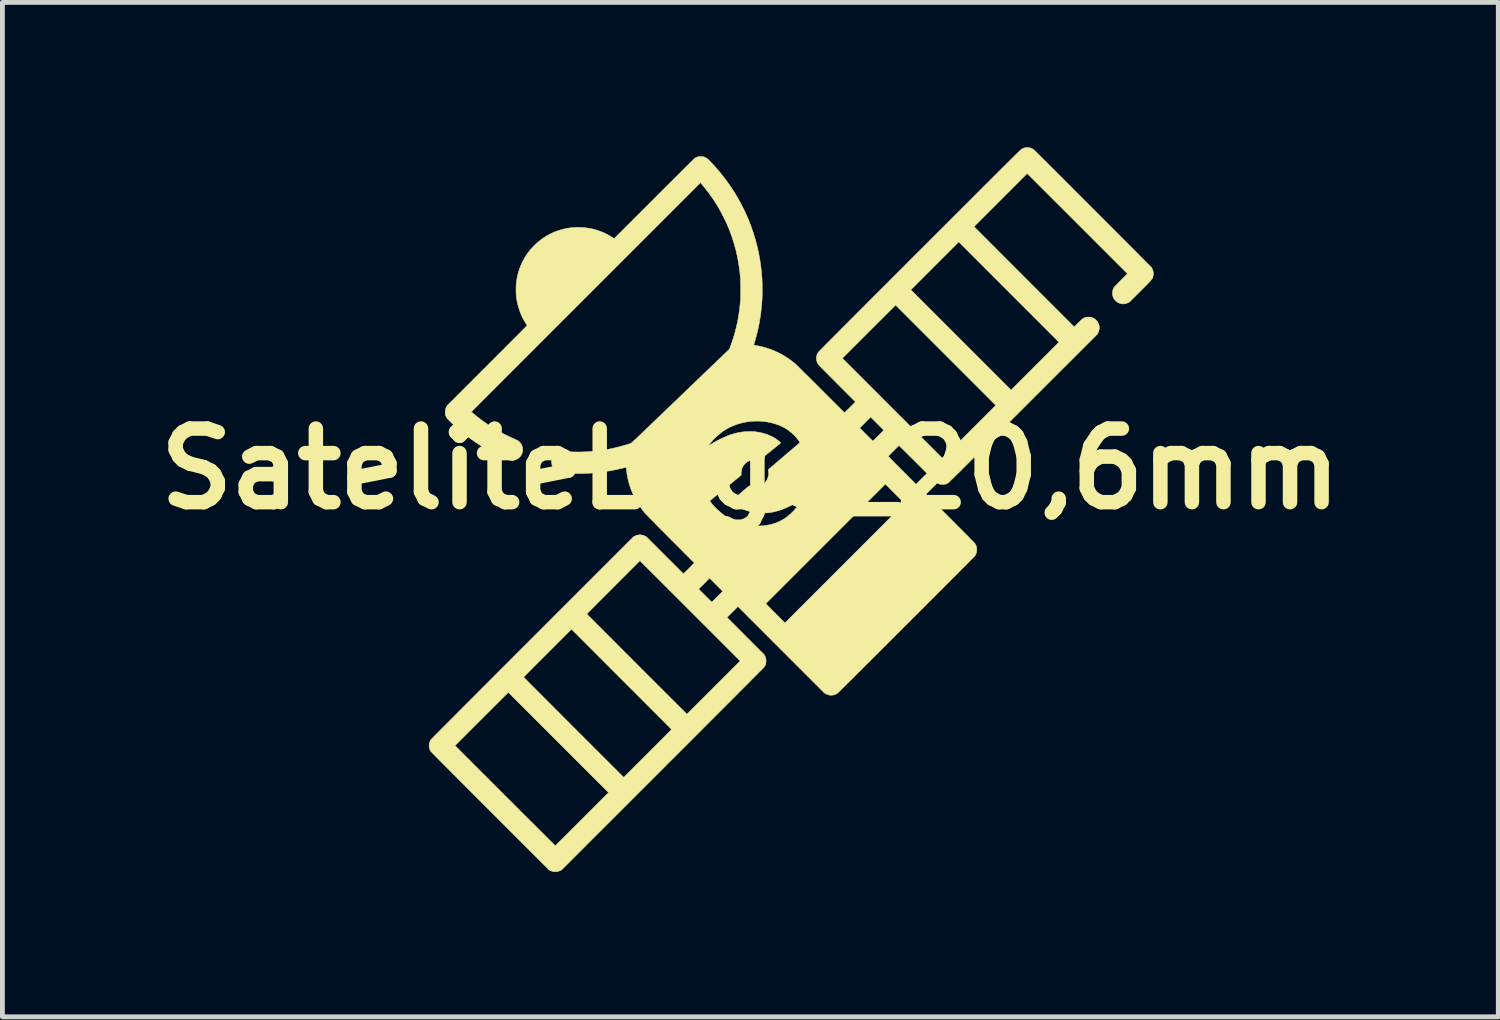
<source format=kicad_pcb>
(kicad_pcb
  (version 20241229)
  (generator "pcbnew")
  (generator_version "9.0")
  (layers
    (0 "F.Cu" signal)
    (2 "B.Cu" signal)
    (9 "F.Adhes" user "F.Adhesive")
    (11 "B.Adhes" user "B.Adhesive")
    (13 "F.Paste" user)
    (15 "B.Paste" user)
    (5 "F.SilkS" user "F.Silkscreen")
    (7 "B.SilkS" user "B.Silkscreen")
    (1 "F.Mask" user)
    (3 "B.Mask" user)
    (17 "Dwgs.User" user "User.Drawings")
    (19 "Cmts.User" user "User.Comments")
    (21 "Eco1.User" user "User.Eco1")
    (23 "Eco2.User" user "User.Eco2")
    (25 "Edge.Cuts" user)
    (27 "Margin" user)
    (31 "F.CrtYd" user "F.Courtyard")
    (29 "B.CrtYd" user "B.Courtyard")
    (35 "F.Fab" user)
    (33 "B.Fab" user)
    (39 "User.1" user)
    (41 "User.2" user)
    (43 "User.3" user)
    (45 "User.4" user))
  (footprint "SateliteLogo_20,6mm"
    (layer "F.Cu")
    (at 12.49 6.66)
    (property "Reference" "SateliteLogo_20,6mm" (at 0 0 0) (layer "F.SilkS") (effects (font (size 1.524 1.524) (thickness 0.3))))
    (attr through_hole)
    (fp_poly (pts (xy 5.772 -6.652) (xy 5.807 -6.642) (xy 5.84 -6.628) (xy 5.872 -6.607) (xy 5.88 -6.6) (xy 5.884 -6.596) (xy 5.893 -6.587) (xy 5.906 -6.575) (xy 5.922 -6.559) (xy 5.943 -6.538) (xy 5.967 -6.514) (xy 5.995 -6.487) (xy 6.025 -6.456) (xy 6.06 -6.422) (xy 6.097 -6.385) (xy 6.137 -6.346) (xy 6.179 -6.303) (xy 6.224 -6.258) (xy 6.272 -6.211) (xy 6.322 -6.161) (xy 6.373 -6.109) (xy 6.427 -6.056) (xy 6.483 -6) (xy 6.54 -5.943) (xy 6.598 -5.885) (xy 6.658 -5.825) (xy 6.718 -5.764) (xy 6.78 -5.702) (xy 6.843 -5.64) (xy 6.906 -5.577) (xy 6.969 -5.513) (xy 7.033 -5.449) (xy 7.097 -5.385) (xy 7.161 -5.321) (xy 7.225 -5.257) (xy 7.289 -5.193) (xy 7.352 -5.13) (xy 7.414 -5.068) (xy 7.476 -5.006) (xy 7.537 -4.945) (xy 7.596 -4.885) (xy 7.654 -4.827) (xy 7.711 -4.77) (xy 7.766 -4.715) (xy 7.82 -4.661) (xy 7.871 -4.609) (xy 7.921 -4.56) (xy 7.968 -4.512) (xy 8.013 -4.467) (xy 8.055 -4.425) (xy 8.094 -4.385) (xy 8.131 -4.348) (xy 8.165 -4.314) (xy 8.195 -4.284) (xy 8.222 -4.256) (xy 8.246 -4.232) (xy 8.266 -4.212) (xy 8.282 -4.196) (xy 8.294 -4.184) (xy 8.302 -4.175) (xy 8.305 -4.171) (xy 8.306 -4.171) (xy 8.325 -4.137) (xy 8.338 -4.102) (xy 8.345 -4.065) (xy 8.346 -4.029) (xy 8.34 -3.992) (xy 8.331 -3.962) (xy 8.329 -3.955) (xy 8.326 -3.948) (xy 8.322 -3.941) (xy 8.318 -3.934) (xy 8.313 -3.926) (xy 8.306 -3.918) (xy 8.298 -3.908) (xy 8.289 -3.897) (xy 8.277 -3.883) (xy 8.262 -3.868) (xy 8.245 -3.851) (xy 8.226 -3.83) (xy 8.203 -3.807) (xy 8.176 -3.78) (xy 8.146 -3.75) (xy 8.112 -3.716) (xy 8.074 -3.678) (xy 8.072 -3.676) (xy 7.85 -3.455) (xy 7.82 -3.441) (xy 7.784 -3.426) (xy 7.748 -3.418) (xy 7.712 -3.416) (xy 7.677 -3.421) (xy 7.641 -3.432) (xy 7.62 -3.441) (xy 7.605 -3.449) (xy 7.593 -3.456) (xy 7.581 -3.465) (xy 7.568 -3.477) (xy 7.565 -3.481) (xy 7.545 -3.502) (xy 7.53 -3.523) (xy 7.519 -3.544) (xy 7.51 -3.565) (xy 7.501 -3.601) (xy 7.498 -3.638) (xy 7.501 -3.675) (xy 7.51 -3.711) (xy 7.525 -3.746) (xy 7.527 -3.75) (xy 7.53 -3.755) (xy 7.534 -3.761) (xy 7.54 -3.768) (xy 7.548 -3.777) (xy 7.558 -3.788) (xy 7.571 -3.802) (xy 7.586 -3.818) (xy 7.605 -3.837) (xy 7.628 -3.86) (xy 7.654 -3.887) (xy 7.674 -3.906) (xy 7.809 -4.042) (xy 6.771 -5.08) (xy 5.732 -6.118) (xy 5.182 -5.567) (xy 4.631 -5.017) (xy 5.669 -3.978) (xy 6.707 -2.94) (xy 6.791 -3.024) (xy 6.813 -3.046) (xy 6.831 -3.063) (xy 6.846 -3.077) (xy 6.858 -3.089) (xy 6.867 -3.097) (xy 6.875 -3.104) (xy 6.882 -3.109) (xy 6.889 -3.113) (xy 6.895 -3.117) (xy 6.902 -3.121) (xy 6.928 -3.132) (xy 6.95 -3.139) (xy 6.973 -3.143) (xy 6.999 -3.144) (xy 7.004 -3.144) (xy 7.031 -3.143) (xy 7.054 -3.14) (xy 7.077 -3.133) (xy 7.101 -3.123) (xy 7.106 -3.12) (xy 7.12 -3.113) (xy 7.132 -3.105) (xy 7.145 -3.094) (xy 7.159 -3.081) (xy 7.16 -3.08) (xy 7.173 -3.066) (xy 7.183 -3.054) (xy 7.192 -3.042) (xy 7.199 -3.028) (xy 7.202 -3.023) (xy 7.217 -2.987) (xy 7.225 -2.951) (xy 7.226 -2.915) (xy 7.222 -2.879) (xy 7.211 -2.843) (xy 7.202 -2.823) (xy 7.188 -2.792) (xy 5.65 -1.255) (xy 5.55 -1.155) (xy 5.454 -1.059) (xy 5.363 -0.968) (xy 5.275 -0.88) (xy 5.192 -0.797) (xy 5.113 -0.718) (xy 5.037 -0.642) (xy 4.966 -0.571) (xy 4.898 -0.503) (xy 4.833 -0.439) (xy 4.773 -0.378) (xy 4.715 -0.321) (xy 4.661 -0.267) (xy 4.61 -0.216) (xy 4.562 -0.168) (xy 4.518 -0.123) (xy 4.476 -0.082) (xy 4.437 -0.043) (xy 4.4 -0.007) (xy 4.367 0.027) (xy 4.336 0.058) (xy 4.307 0.086) (xy 4.28 0.112) (xy 4.256 0.136) (xy 4.234 0.158) (xy 4.214 0.178) (xy 4.196 0.196) (xy 4.18 0.211) (xy 4.165 0.226) (xy 4.152 0.238) (xy 4.141 0.249) (xy 4.131 0.259) (xy 4.123 0.267) (xy 4.115 0.274) (xy 4.109 0.279) (xy 4.104 0.284) (xy 4.1 0.287) (xy 4.097 0.29) (xy 4.094 0.292) (xy 4.092 0.293) (xy 4.092 0.294) (xy 4.077 0.301) (xy 4.06 0.308) (xy 4.045 0.314) (xy 4.034 0.317) (xy 4.024 0.32) (xy 4.013 0.321) (xy 4 0.322) (xy 3.982 0.322) (xy 3.98 0.322) (xy 3.961 0.322) (xy 3.948 0.321) (xy 3.936 0.32) (xy 3.926 0.317) (xy 3.914 0.314) (xy 3.913 0.313) (xy 3.907 0.311) (xy 3.901 0.309) (xy 3.895 0.307) (xy 3.89 0.305) (xy 3.885 0.303) (xy 3.879 0.299) (xy 3.872 0.295) (xy 3.865 0.29) (xy 3.857 0.284) (xy 3.848 0.276) (xy 3.837 0.267) (xy 3.824 0.255) (xy 3.81 0.242) (xy 3.793 0.226) (xy 3.775 0.208) (xy 3.753 0.187) (xy 3.73 0.164) (xy 3.703 0.137) (xy 3.672 0.107) (xy 3.639 0.074) (xy 3.602 0.037) (xy 3.561 -0.004) (xy 3.516 -0.049) (xy 3.466 -0.098) (xy 3.464 -0.101) (xy 3.423 -0.142) (xy 3.383 -0.182) (xy 3.344 -0.22) (xy 3.307 -0.257) (xy 3.272 -0.291) (xy 3.24 -0.324) (xy 3.209 -0.354) (xy 3.181 -0.382) (xy 3.156 -0.407) (xy 3.134 -0.428) (xy 3.115 -0.447) (xy 3.1 -0.461) (xy 3.089 -0.473) (xy 3.081 -0.48) (xy 3.078 -0.483) (xy 3.078 -0.483) (xy 3.075 -0.48) (xy 3.068 -0.474) (xy 3.058 -0.465) (xy 3.045 -0.452) (xy 3.03 -0.437) (xy 3.013 -0.42) (xy 2.994 -0.402) (xy 2.975 -0.382) (xy 2.955 -0.363) (xy 2.936 -0.344) (xy 2.918 -0.325) (xy 2.901 -0.308) (xy 2.886 -0.292) (xy 2.873 -0.279) (xy 2.863 -0.269) (xy 2.857 -0.262) (xy 2.854 -0.259) (xy 2.854 -0.259) (xy 2.857 -0.256) (xy 2.863 -0.25) (xy 2.874 -0.239) (xy 2.889 -0.224) (xy 2.907 -0.205) (xy 2.93 -0.182) (xy 2.956 -0.156) (xy 2.985 -0.126) (xy 3.018 -0.093) (xy 3.054 -0.057) (xy 3.093 -0.018) (xy 3.134 0.023) (xy 3.179 0.068) (xy 3.226 0.115) (xy 3.275 0.164) (xy 3.326 0.216) (xy 3.38 0.27) (xy 3.435 0.325) (xy 3.493 0.383) (xy 3.552 0.441) (xy 3.612 0.502) (xy 3.674 0.564) (xy 3.737 0.626) (xy 3.747 0.637) (xy 3.826 0.716) (xy 3.901 0.791) (xy 3.971 0.861) (xy 4.038 0.927) (xy 4.1 0.99) (xy 4.158 1.048) (xy 4.213 1.103) (xy 4.263 1.153) (xy 4.31 1.201) (xy 4.354 1.244) (xy 4.394 1.285) (xy 4.431 1.322) (xy 4.464 1.355) (xy 4.495 1.386) (xy 4.522 1.414) (xy 4.546 1.438) (xy 4.568 1.461) (xy 4.587 1.48) (xy 4.603 1.497) (xy 4.617 1.511) (xy 4.629 1.523) (xy 4.638 1.533) (xy 4.645 1.541) (xy 4.651 1.547) (xy 4.654 1.551) (xy 4.655 1.552) (xy 4.669 1.577) (xy 4.679 1.602) (xy 4.686 1.63) (xy 4.689 1.661) (xy 4.688 1.698) (xy 4.682 1.731) (xy 4.672 1.762) (xy 4.656 1.792) (xy 4.644 1.808) (xy 4.641 1.811) (xy 4.634 1.819) (xy 4.622 1.831) (xy 4.606 1.847) (xy 4.586 1.867) (xy 4.563 1.891) (xy 4.535 1.919) (xy 4.504 1.95) (xy 4.469 1.985) (xy 4.431 2.023) (xy 4.39 2.064) (xy 4.346 2.109) (xy 4.298 2.157) (xy 4.248 2.207) (xy 4.195 2.261) (xy 4.139 2.316) (xy 4.08 2.375) (xy 4.02 2.436) (xy 3.957 2.499) (xy 3.891 2.564) (xy 3.824 2.632) (xy 3.755 2.701) (xy 3.684 2.772) (xy 3.611 2.845) (xy 3.536 2.92) (xy 3.461 2.995) (xy 3.383 3.072) (xy 3.305 3.151) (xy 3.226 3.23) (xy 3.22 3.235) (xy 3.12 3.335) (xy 3.025 3.431) (xy 2.933 3.522) (xy 2.846 3.609) (xy 2.763 3.692) (xy 2.685 3.771) (xy 2.61 3.845) (xy 2.539 3.916) (xy 2.472 3.983) (xy 2.408 4.046) (xy 2.349 4.106) (xy 2.292 4.162) (xy 2.24 4.214) (xy 2.19 4.264) (xy 2.145 4.309) (xy 2.102 4.352) (xy 2.062 4.391) (xy 2.026 4.427) (xy 1.993 4.46) (xy 1.962 4.49) (xy 1.934 4.518) (xy 1.909 4.542) (xy 1.887 4.564) (xy 1.867 4.584) (xy 1.85 4.6) (xy 1.835 4.615) (xy 1.823 4.627) (xy 1.813 4.636) (xy 1.805 4.644) (xy 1.799 4.649) (xy 1.795 4.653) (xy 1.793 4.654) (xy 1.757 4.672) (xy 1.721 4.683) (xy 1.685 4.688) (xy 1.648 4.687) (xy 1.62 4.681) (xy 1.609 4.678) (xy 1.595 4.672) (xy 1.579 4.666) (xy 1.572 4.662) (xy 1.541 4.648) (xy -0.257 2.85) (xy -0.371 2.963) (xy -0.484 3.077) (xy 0.288 3.85) (xy 0.301 3.877) (xy 0.312 3.902) (xy 0.319 3.925) (xy 0.323 3.948) (xy 0.325 3.974) (xy 0.325 3.978) (xy 0.322 4.015) (xy 0.315 4.048) (xy 0.302 4.079) (xy 0.284 4.106) (xy 0.282 4.11) (xy 0.274 4.117) (xy 0.263 4.129) (xy 0.247 4.145) (xy 0.227 4.165) (xy 0.203 4.189) (xy 0.175 4.217) (xy 0.144 4.249) (xy 0.109 4.284) (xy 0.07 4.323) (xy 0.027 4.366) (xy -0.018 4.412) (xy -0.067 4.461) (xy -0.119 4.513) (xy -0.175 4.569) (xy -0.233 4.627) (xy -0.294 4.689) (xy -0.358 4.753) (xy -0.425 4.82) (xy -0.494 4.889) (xy -0.566 4.961) (xy -0.641 5.036) (xy -0.717 5.112) (xy -0.796 5.191) (xy -0.877 5.272) (xy -0.96 5.355) (xy -1.044 5.44) (xy -1.131 5.527) (xy -1.219 5.615) (xy -1.309 5.705) (xy -1.4 5.796) (xy -1.493 5.889) (xy -1.587 5.983) (xy -1.683 6.078) (xy -1.779 6.175) (xy -1.82 6.216) (xy -3.91 8.305) (xy -3.94 8.32) (xy -3.977 8.334) (xy -4.013 8.342) (xy -4.05 8.343) (xy -4.088 8.339) (xy -4.088 8.339) (xy -4.101 8.335) (xy -4.117 8.33) (xy -4.133 8.323) (xy -4.14 8.32) (xy -4.17 8.305) (xy -5.391 7.084) (xy -5.485 6.991) (xy -5.573 6.902) (xy -5.658 6.817) (xy -5.738 6.737) (xy -5.814 6.661) (xy -5.886 6.588) (xy -5.954 6.52) (xy -6.019 6.456) (xy -6.079 6.395) (xy -6.136 6.338) (xy -6.189 6.285) (xy -6.238 6.235) (xy -6.284 6.189) (xy -6.327 6.146) (xy -6.367 6.107) (xy -6.403 6.07) (xy -6.436 6.037) (xy -6.466 6.006) (xy -6.493 5.979) (xy -6.517 5.954) (xy -6.539 5.932) (xy -6.558 5.913) (xy -6.574 5.896) (xy -6.588 5.882) (xy -6.599 5.87) (xy -6.608 5.861) (xy -6.615 5.854) (xy -6.62 5.848) (xy -6.622 5.845) (xy -6.623 5.845) (xy -6.638 5.811) (xy -6.648 5.776) (xy -6.653 5.74) (xy -6.652 5.731) (xy -6.117 5.731) (xy -5.08 6.768) (xy -5.012 6.836) (xy -4.945 6.902) (xy -4.88 6.968) (xy -4.815 7.032) (xy -4.753 7.095) (xy -4.692 7.156) (xy -4.633 7.215) (xy -4.575 7.272) (xy -4.52 7.327) (xy -4.467 7.379) (xy -4.417 7.43) (xy -4.369 7.478) (xy -4.324 7.523) (xy -4.281 7.565) (xy -4.242 7.604) (xy -4.206 7.641) (xy -4.172 7.674) (xy -4.143 7.703) (xy -4.116 7.729) (xy -4.094 7.752) (xy -4.075 7.77) (xy -4.06 7.785) (xy -4.049 7.796) (xy -4.042 7.802) (xy -4.04 7.804) (xy -4.038 7.802) (xy -4.031 7.795) (xy -4.02 7.785) (xy -4.005 7.77) (xy -3.987 7.752) (xy -3.965 7.73) (xy -3.939 7.705) (xy -3.911 7.677) (xy -3.879 7.646) (xy -3.845 7.612) (xy -3.808 7.575) (xy -3.769 7.536) (xy -3.728 7.495) (xy -3.685 7.452) (xy -3.64 7.407) (xy -3.593 7.36) (xy -3.545 7.312) (xy -3.496 7.263) (xy -3.487 7.254) (xy -2.937 6.704) (xy -3.975 5.666) (xy -5.013 4.628) (xy -5.565 5.179) (xy -6.117 5.731) (xy -6.652 5.731) (xy -6.651 5.704) (xy -6.644 5.668) (xy -6.631 5.634) (xy -6.623 5.617) (xy -6.621 5.615) (xy -6.617 5.611) (xy -6.612 5.605) (xy -6.604 5.597) (xy -6.594 5.587) (xy -6.582 5.574) (xy -6.568 5.559) (xy -6.551 5.542) (xy -6.531 5.522) (xy -6.51 5.5) (xy -6.485 5.476) (xy -6.458 5.448) (xy -6.428 5.418) (xy -6.396 5.385) (xy -6.36 5.35) (xy -6.322 5.311) (xy -6.281 5.27) (xy -6.236 5.225) (xy -6.189 5.178) (xy -6.138 5.127) (xy -6.084 5.073) (xy -6.027 5.015) (xy -5.967 4.955) (xy -5.903 4.89) (xy -5.835 4.823) (xy -5.764 4.752) (xy -5.689 4.677) (xy -5.611 4.598) (xy -5.529 4.516) (xy -5.443 4.43) (xy -5.353 4.34) (xy -5.326 4.313) (xy -4.696 4.313) (xy -4.694 4.316) (xy -4.687 4.322) (xy -4.676 4.333) (xy -4.662 4.348) (xy -4.643 4.367) (xy -4.621 4.389) (xy -4.596 4.415) (xy -4.567 4.444) (xy -4.535 4.476) (xy -4.5 4.511) (xy -4.462 4.549) (xy -4.422 4.589) (xy -4.379 4.632) (xy -4.334 4.677) (xy -4.287 4.725) (xy -4.237 4.774) (xy -4.187 4.825) (xy -4.134 4.878) (xy -4.08 4.931) (xy -4.025 4.987) (xy -3.969 5.043) (xy -3.912 5.1) (xy -3.854 5.158) (xy -3.796 5.217) (xy -3.737 5.275) (xy -3.678 5.335) (xy -3.619 5.394) (xy -3.56 5.453) (xy -3.501 5.511) (xy -3.443 5.57) (xy -3.385 5.627) (xy -3.328 5.684) (xy -3.273 5.74) (xy -3.218 5.795) (xy -3.164 5.848) (xy -3.113 5.9) (xy -3.062 5.95) (xy -3.014 5.998) (xy -2.968 6.045) (xy -2.923 6.089) (xy -2.881 6.131) (xy -2.842 6.17) (xy -2.805 6.207) (xy -2.771 6.24) (xy -2.741 6.271) (xy -2.713 6.299) (xy -2.689 6.323) (xy -2.668 6.344) (xy -2.651 6.361) (xy -2.638 6.374) (xy -2.628 6.383) (xy -2.623 6.387) (xy -2.623 6.388) (xy -2.62 6.386) (xy -2.614 6.379) (xy -2.603 6.369) (xy -2.588 6.354) (xy -2.57 6.336) (xy -2.548 6.315) (xy -2.523 6.29) (xy -2.495 6.262) (xy -2.464 6.231) (xy -2.43 6.197) (xy -2.394 6.161) (xy -2.356 6.123) (xy -2.316 6.083) (xy -2.274 6.041) (xy -2.23 5.997) (xy -2.184 5.951) (xy -2.138 5.905) (xy -2.126 5.894) (xy -2.08 5.847) (xy -2.034 5.801) (xy -1.99 5.757) (xy -1.947 5.714) (xy -1.906 5.673) (xy -1.868 5.634) (xy -1.831 5.598) (xy -1.797 5.563) (xy -1.766 5.532) (xy -1.737 5.503) (xy -1.711 5.477) (xy -1.689 5.454) (xy -1.67 5.435) (xy -1.654 5.419) (xy -1.643 5.407) (xy -1.635 5.4) (xy -1.632 5.396) (xy -1.632 5.396) (xy -1.634 5.393) (xy -1.641 5.387) (xy -1.652 5.376) (xy -1.666 5.361) (xy -1.685 5.342) (xy -1.708 5.319) (xy -1.734 5.292) (xy -1.764 5.263) (xy -1.797 5.229) (xy -1.833 5.193) (xy -1.873 5.153) (xy -1.915 5.111) (xy -1.96 5.065) (xy -2.008 5.017) (xy -2.059 4.967) (xy -2.111 4.914) (xy -2.166 4.859) (xy -2.224 4.801) (xy -2.283 4.742) (xy -2.344 4.681) (xy -2.406 4.618) (xy -2.471 4.554) (xy -2.536 4.489) (xy -2.603 4.422) (xy -2.669 4.356) (xy -3.705 3.319) (xy -4.201 3.815) (xy -4.247 3.862) (xy -4.293 3.907) (xy -4.337 3.952) (xy -4.38 3.994) (xy -4.421 4.035) (xy -4.459 4.074) (xy -4.496 4.111) (xy -4.53 4.145) (xy -4.562 4.177) (xy -4.591 4.206) (xy -4.616 4.232) (xy -4.639 4.255) (xy -4.658 4.274) (xy -4.673 4.29) (xy -4.685 4.302) (xy -4.692 4.309) (xy -4.696 4.313) (xy -4.696 4.313) (xy -5.326 4.313) (xy -5.259 4.246) (xy -5.161 4.147) (xy -5.058 4.045) (xy -4.952 3.939) (xy -4.842 3.828) (xy -4.727 3.713) (xy -4.608 3.594) (xy -4.515 3.502) (xy -4.019 3.005) (xy -3.388 3.005) (xy -3.386 3.008) (xy -3.379 3.014) (xy -3.368 3.025) (xy -3.354 3.04) (xy -3.335 3.059) (xy -3.313 3.081) (xy -3.287 3.107) (xy -3.259 3.136) (xy -3.227 3.168) (xy -3.192 3.203) (xy -3.154 3.241) (xy -3.113 3.281) (xy -3.071 3.324) (xy -3.026 3.369) (xy -2.978 3.417) (xy -2.929 3.466) (xy -2.878 3.517) (xy -2.826 3.569) (xy -2.772 3.623) (xy -2.717 3.679) (xy -2.661 3.735) (xy -2.604 3.792) (xy -2.546 3.85) (xy -2.487 3.908) (xy -2.429 3.967) (xy -2.37 4.026) (xy -2.31 4.086) (xy -2.252 4.145) (xy -2.193 4.203) (xy -2.135 4.262) (xy -2.077 4.319) (xy -2.02 4.376) (xy -1.964 4.432) (xy -1.91 4.486) (xy -1.856 4.54) (xy -1.804 4.592) (xy -1.754 4.642) (xy -1.706 4.69) (xy -1.659 4.737) (xy -1.615 4.781) (xy -1.573 4.823) (xy -1.534 4.862) (xy -1.497 4.899) (xy -1.463 4.932) (xy -1.432 4.963) (xy -1.405 4.991) (xy -1.38 5.015) (xy -1.36 5.035) (xy -1.343 5.052) (xy -1.329 5.065) (xy -1.32 5.074) (xy -1.315 5.079) (xy -1.314 5.08) (xy -1.312 5.078) (xy -1.305 5.071) (xy -1.295 5.061) (xy -1.28 5.046) (xy -1.262 5.028) (xy -1.24 5.006) (xy -1.214 4.981) (xy -1.186 4.953) (xy -1.155 4.921) (xy -1.121 4.887) (xy -1.084 4.851) (xy -1.045 4.812) (xy -1.004 4.771) (xy -0.961 4.728) (xy -0.916 4.683) (xy -0.869 4.636) (xy -0.821 4.588) (xy -0.772 4.539) (xy -0.762 4.529) (xy -0.211 3.978) (xy -1.249 2.94) (xy -1.397 2.792) (xy 0.318 2.792) (xy 0.517 2.992) (xy 0.716 3.191) (xy 1.955 1.952) (xy 3.194 0.713) (xy 2.995 0.514) (xy 2.796 0.314) (xy 1.557 1.553) (xy 0.318 2.792) (xy -1.397 2.792) (xy -1.7 2.489) (xy -1.072 2.489) (xy -0.937 2.624) (xy -0.912 2.648) (xy -0.889 2.671) (xy -0.868 2.692) (xy -0.849 2.711) (xy -0.832 2.727) (xy -0.819 2.741) (xy -0.808 2.751) (xy -0.801 2.757) (xy -0.799 2.759) (xy -0.796 2.757) (xy -0.789 2.751) (xy -0.778 2.741) (xy -0.765 2.728) (xy -0.749 2.712) (xy -0.73 2.693) (xy -0.709 2.673) (xy -0.688 2.651) (xy -0.683 2.647) (xy -0.572 2.535) (xy -0.708 2.399) (xy -0.845 2.262) (xy -0.958 2.376) (xy -1.072 2.489) (xy -1.7 2.489) (xy -2.288 1.902) (xy -2.838 2.452) (xy -2.887 2.501) (xy -2.935 2.55) (xy -2.982 2.596) (xy -3.027 2.642) (xy -3.071 2.685) (xy -3.112 2.727) (xy -3.152 2.766) (xy -3.189 2.804) (xy -3.223 2.838) (xy -3.255 2.87) (xy -3.284 2.899) (xy -3.309 2.925) (xy -3.332 2.948) (xy -3.351 2.967) (xy -3.366 2.983) (xy -3.377 2.994) (xy -3.385 3.002) (xy -3.388 3.005) (xy -3.388 3.005) (xy -4.019 3.005) (xy -2.418 1.404) (xy -2.388 1.389) (xy -2.351 1.375) (xy -2.315 1.367) (xy -2.279 1.365) (xy -2.243 1.37) (xy -2.207 1.381) (xy -2.188 1.389) (xy -2.157 1.404) (xy -1.773 1.788) (xy -1.732 1.829) (xy -1.692 1.869) (xy -1.653 1.907) (xy -1.616 1.944) (xy -1.581 1.979) (xy -1.548 2.012) (xy -1.518 2.042) (xy -1.49 2.07) (xy -1.465 2.095) (xy -1.443 2.117) (xy -1.424 2.135) (xy -1.409 2.15) (xy -1.397 2.161) (xy -1.389 2.169) (xy -1.386 2.172) (xy -1.386 2.172) (xy -1.383 2.17) (xy -1.376 2.163) (xy -1.366 2.154) (xy -1.353 2.141) (xy -1.338 2.126) (xy -1.32 2.109) (xy -1.302 2.091) (xy -1.283 2.072) (xy -1.263 2.052) (xy -1.244 2.033) (xy -1.226 2.014) (xy -1.209 1.997) (xy -1.193 1.982) (xy -1.181 1.968) (xy -1.171 1.958) (xy -1.164 1.951) (xy -1.162 1.948) (xy -1.162 1.948) (xy -1.164 1.945) (xy -1.171 1.939) (xy -1.181 1.928) (xy -1.196 1.913) (xy -1.214 1.895) (xy -1.236 1.873) (xy -1.26 1.848) (xy -1.288 1.819) (xy -1.319 1.788) (xy -1.353 1.755) (xy -1.389 1.718) (xy -1.427 1.68) (xy -1.467 1.64) (xy -1.509 1.597) (xy -1.553 1.553) (xy -1.598 1.508) (xy -1.645 1.462) (xy -1.654 1.453) (xy -1.706 1.4) (xy -1.756 1.35) (xy -1.804 1.301) (xy -1.851 1.255) (xy -1.895 1.211) (xy -1.936 1.169) (xy -1.975 1.129) (xy -2.011 1.093) (xy -2.044 1.059) (xy -2.074 1.029) (xy -2.101 1.002) (xy -2.124 0.978) (xy -2.143 0.958) (xy -2.159 0.942) (xy -2.17 0.93) (xy -2.177 0.923) (xy -2.178 0.921) (xy -2.243 0.84) (xy -2.302 0.755) (xy -2.356 0.669) (xy -2.404 0.579) (xy -2.446 0.488) (xy -2.482 0.395) (xy -2.513 0.3) (xy -2.537 0.203) (xy -2.555 0.104) (xy -2.564 0.038) (xy -2.566 0.021) (xy -2.568 0.004) (xy -2.569 -0.01) (xy -2.57 -0.019) (xy -2.57 -0.021) (xy -2.572 -0.033) (xy -2.638 -0.017) (xy -2.768 0.013) (xy -2.899 0.039) (xy -3.032 0.059) (xy -3.166 0.076) (xy -3.304 0.088) (xy -3.372 0.092) (xy -3.406 0.094) (xy -3.444 0.095) (xy -3.484 0.096) (xy -3.526 0.096) (xy -3.569 0.096) (xy -3.613 0.096) (xy -3.657 0.095) (xy -3.701 0.094) (xy -3.743 0.092) (xy -3.784 0.09) (xy -3.822 0.088) (xy -3.856 0.086) (xy -3.888 0.083) (xy -3.914 0.081) (xy -3.936 0.078) (xy -3.951 0.075) (xy -3.951 0.075) (xy -3.963 0.071) (xy -3.978 0.065) (xy -3.993 0.059) (xy -3.997 0.057) (xy -4.022 0.041) (xy -4.047 0.021) (xy -4.068 -0.002) (xy -4.086 -0.027) (xy -4.092 -0.037) (xy -4.106 -0.071) (xy -4.115 -0.106) (xy -4.117 -0.141) (xy -4.115 -0.176) (xy -4.107 -0.209) (xy -4.094 -0.241) (xy -4.076 -0.271) (xy -4.054 -0.297) (xy -4.027 -0.32) (xy -3.997 -0.339) (xy -3.972 -0.349) (xy -3.952 -0.356) (xy -3.932 -0.36) (xy -3.911 -0.362) (xy -3.887 -0.363) (xy -3.859 -0.361) (xy -3.845 -0.36) (xy -3.747 -0.354) (xy -3.645 -0.35) (xy -3.541 -0.349) (xy -3.437 -0.352) (xy -3.334 -0.357) (xy -3.235 -0.365) (xy -3.2 -0.368) (xy -3.083 -0.383) (xy -2.969 -0.401) (xy -2.857 -0.423) (xy -2.744 -0.45) (xy -2.74 -0.451) (xy -2.701 -0.461) (xy -2.662 -0.472) (xy -2.629 -0.481) (xy -0.865 -0.481) (xy -0.864 -0.479) (xy -0.861 -0.481) (xy -0.853 -0.486) (xy -0.842 -0.492) (xy -0.829 -0.501) (xy -0.828 -0.501) (xy -0.776 -0.534) (xy -0.718 -0.567) (xy -0.655 -0.601) (xy -0.638 -0.609) (xy -0.57 -0.642) (xy -0.505 -0.671) (xy -0.443 -0.696) (xy -0.382 -0.716) (xy -0.321 -0.734) (xy -0.26 -0.748) (xy -0.198 -0.76) (xy -0.143 -0.767) (xy -0.118 -0.77) (xy -0.089 -0.771) (xy -0.057 -0.772) (xy -0.023 -0.773) (xy 0.011 -0.773) (xy 0.044 -0.772) (xy 0.074 -0.771) (xy 0.101 -0.769) (xy 0.116 -0.767) (xy 0.187 -0.755) (xy 0.257 -0.74) (xy 0.324 -0.72) (xy 0.387 -0.696) (xy 0.447 -0.669) (xy 0.502 -0.638) (xy 0.551 -0.605) (xy 0.564 -0.595) (xy 0.579 -0.584) (xy 0.593 -0.572) (xy 0.606 -0.562) (xy 0.616 -0.552) (xy 0.624 -0.545) (xy 0.628 -0.541) (xy 0.629 -0.54) (xy 0.628 -0.538) (xy 0.625 -0.535) (xy 0.619 -0.53) (xy 0.611 -0.523) (xy 0.6 -0.514) (xy 0.585 -0.502) (xy 0.568 -0.487) (xy 0.546 -0.47) (xy 0.521 -0.449) (xy 0.492 -0.425) (xy 0.458 -0.398) (xy 0.419 -0.367) (xy 0.416 -0.364) (xy 0.388 -0.342) (xy 0.361 -0.32) (xy 0.334 -0.298) (xy 0.309 -0.278) (xy 0.287 -0.26) (xy 0.267 -0.243) (xy 0.25 -0.23) (xy 0.237 -0.219) (xy 0.232 -0.215) (xy 0.216 -0.201) (xy 0.204 -0.192) (xy 0.195 -0.186) (xy 0.186 -0.182) (xy 0.179 -0.181) (xy 0.17 -0.182) (xy 0.159 -0.185) (xy 0.156 -0.186) (xy 0.125 -0.192) (xy 0.097 -0.195) (xy 0.069 -0.194) (xy 0.066 -0.193) (xy 0.023 -0.185) (xy -0.017 -0.172) (xy -0.054 -0.153) (xy -0.088 -0.128) (xy -0.112 -0.106) (xy -0.137 -0.076) (xy -0.157 -0.046) (xy -0.172 -0.014) (xy -0.182 0.02) (xy -0.188 0.058) (xy -0.19 0.086) (xy -0.192 0.132) (xy -0.246 0.176) (xy -0.259 0.187) (xy -0.277 0.201) (xy -0.298 0.219) (xy -0.323 0.239) (xy -0.352 0.262) (xy -0.382 0.287) (xy -0.415 0.314) (xy -0.45 0.342) (xy -0.486 0.372) (xy -0.522 0.401) (xy -0.559 0.431) (xy -0.596 0.461) (xy -0.632 0.491) (xy -0.667 0.519) (xy -0.676 0.526) (xy -0.709 0.553) (xy -0.737 0.576) (xy -0.76 0.595) (xy -0.78 0.611) (xy -0.796 0.624) (xy -0.809 0.634) (xy -0.819 0.643) (xy -0.826 0.649) (xy -0.831 0.653) (xy -0.831 0.653) (xy -0.842 0.662) (xy -0.829 0.681) (xy -0.812 0.706) (xy -0.789 0.734) (xy -0.763 0.763) (xy -0.734 0.794) (xy -0.702 0.826) (xy -0.669 0.857) (xy -0.634 0.888) (xy -0.599 0.918) (xy -0.564 0.945) (xy -0.531 0.97) (xy -0.522 0.976) (xy -0.449 1.022) (xy -0.375 1.062) (xy -0.298 1.097) (xy -0.22 1.126) (xy -0.14 1.149) (xy -0.06 1.167) (xy 0.021 1.178) (xy 0.022 1.178) (xy 0.038 1.179) (xy 0.053 1.181) (xy 0.064 1.182) (xy 0.07 1.182) (xy 0.08 1.183) (xy 0.095 1.183) (xy 0.115 1.183) (xy 0.137 1.183) (xy 0.162 1.183) (xy 0.187 1.182) (xy 0.212 1.181) (xy 0.236 1.18) (xy 0.258 1.179) (xy 0.276 1.178) (xy 0.289 1.177) (xy 0.292 1.176) (xy 0.373 1.163) (xy 0.45 1.144) (xy 0.524 1.121) (xy 0.593 1.093) (xy 0.659 1.059) (xy 0.722 1.02) (xy 0.782 0.976) (xy 0.84 0.926) (xy 0.894 0.871) (xy 0.912 0.851) (xy 0.938 0.821) (xy 0.964 0.789) (xy 0.987 0.757) (xy 1.007 0.728) (xy 1.012 0.72) (xy 1.02 0.706) (xy 1.028 0.692) (xy 1.035 0.677) (xy 1.042 0.663) (xy 1.047 0.652) (xy 1.05 0.643) (xy 1.05 0.639) (xy 1.05 0.639) (xy 1.046 0.64) (xy 1.039 0.644) (xy 1.029 0.65) (xy 1.022 0.654) (xy 0.943 0.703) (xy 0.864 0.747) (xy 0.787 0.785) (xy 0.711 0.819) (xy 0.637 0.847) (xy 0.564 0.87) (xy 0.532 0.879) (xy 0.491 0.889) (xy 0.455 0.896) (xy 0.421 0.902) (xy 0.388 0.907) (xy 0.354 0.91) (xy 0.316 0.912) (xy 0.275 0.913) (xy 0.271 0.913) (xy 0.241 0.914) (xy 0.216 0.914) (xy 0.194 0.914) (xy 0.175 0.913) (xy 0.157 0.912) (xy 0.138 0.91) (xy 0.136 0.91) (xy 0.058 0.898) (xy -0.018 0.881) (xy -0.091 0.859) (xy -0.16 0.831) (xy -0.227 0.798) (xy -0.266 0.775) (xy -0.28 0.766) (xy -0.296 0.755) (xy -0.313 0.743) (xy -0.331 0.73) (xy -0.348 0.717) (xy -0.364 0.705) (xy -0.377 0.694) (xy -0.388 0.685) (xy -0.394 0.679) (xy -0.396 0.678) (xy -0.397 0.675) (xy -0.397 0.672) (xy -0.395 0.669) (xy -0.391 0.664) (xy -0.383 0.657) (xy -0.373 0.648) (xy -0.358 0.635) (xy -0.35 0.628) (xy -0.332 0.613) (xy -0.312 0.596) (xy -0.292 0.579) (xy -0.274 0.564) (xy -0.262 0.554) (xy -0.246 0.541) (xy -0.227 0.524) (xy -0.207 0.507) (xy -0.188 0.491) (xy -0.181 0.484) (xy -0.162 0.468) (xy -0.142 0.45) (xy -0.122 0.433) (xy -0.102 0.416) (xy -0.083 0.4) (xy -0.066 0.386) (xy -0.051 0.373) (xy -0.038 0.363) (xy -0.029 0.356) (xy -0.023 0.353) (xy -0.022 0.352) (xy -0.018 0.353) (xy -0.009 0.356) (xy 0.003 0.36) (xy 0.01 0.362) (xy 0.048 0.372) (xy 0.087 0.376) (xy 0.127 0.374) (xy 0.167 0.367) (xy 0.206 0.353) (xy 0.215 0.349) (xy 0.238 0.338) (xy 0.257 0.326) (xy 0.275 0.312) (xy 0.29 0.298) (xy 0.318 0.268) (xy 0.341 0.234) (xy 0.358 0.196) (xy 0.371 0.155) (xy 0.378 0.119) (xy 0.379 0.108) (xy 0.38 0.098) (xy 0.38 0.087) (xy 0.379 0.075) (xy 0.377 0.059) (xy 0.374 0.038) (xy 0.373 0.029) (xy 0.371 0.014) (xy 0.405 -0.014) (xy 0.416 -0.023) (xy 0.431 -0.036) (xy 0.449 -0.051) (xy 0.469 -0.068) (xy 0.49 -0.086) (xy 0.512 -0.105) (xy 0.527 -0.118) (xy 0.549 -0.137) (xy 0.572 -0.156) (xy 0.594 -0.175) (xy 0.615 -0.193) (xy 0.633 -0.208) (xy 0.648 -0.221) (xy 0.656 -0.227) (xy 0.673 -0.242) (xy 0.693 -0.259) (xy 0.713 -0.276) (xy 0.731 -0.292) (xy 0.735 -0.295) (xy 0.747 -0.306) (xy 0.763 -0.32) (xy 0.782 -0.336) (xy 0.803 -0.354) (xy 0.825 -0.372) (xy 0.847 -0.391) (xy 0.854 -0.397) (xy 0.887 -0.425) (xy 0.915 -0.449) (xy 0.94 -0.469) (xy 0.96 -0.487) (xy 0.977 -0.501) (xy 0.99 -0.513) (xy 1.001 -0.522) (xy 1.009 -0.53) (xy 1.015 -0.535) (xy 1.019 -0.539) (xy 1.021 -0.542) (xy 1.022 -0.545) (xy 1.022 -0.546) (xy 1.02 -0.553) (xy 1.014 -0.564) (xy 1.005 -0.579) (xy 0.993 -0.595) (xy 0.979 -0.614) (xy 0.964 -0.634) (xy 0.947 -0.654) (xy 0.93 -0.674) (xy 0.916 -0.688) (xy 0.897 -0.707) (xy 0.875 -0.727) (xy 0.85 -0.749) (xy 0.823 -0.771) (xy 0.796 -0.792) (xy 0.771 -0.81) (xy 0.759 -0.819) (xy 0.714 -0.846) (xy 2.264 -0.846) (xy 2.399 -0.71) (xy 2.424 -0.686) (xy 2.447 -0.663) (xy 2.468 -0.642) (xy 2.487 -0.623) (xy 2.504 -0.607) (xy 2.517 -0.594) (xy 2.528 -0.583) (xy 2.534 -0.577) (xy 2.537 -0.575) (xy 2.537 -0.575) (xy 2.539 -0.577) (xy 2.546 -0.583) (xy 2.556 -0.593) (xy 2.569 -0.606) (xy 2.585 -0.622) (xy 2.604 -0.64) (xy 2.624 -0.661) (xy 2.646 -0.682) (xy 2.651 -0.687) (xy 2.764 -0.8) (xy 2.627 -0.937) (xy 2.491 -1.073) (xy 2.377 -0.96) (xy 2.264 -0.846) (xy 0.714 -0.846) (xy 0.702 -0.853) (xy 0.641 -0.884) (xy 0.575 -0.912) (xy 0.505 -0.935) (xy 0.432 -0.955) (xy 0.355 -0.971) (xy 0.276 -0.982) (xy 0.267 -0.983) (xy 0.235 -0.986) (xy 0.198 -0.988) (xy 0.159 -0.989) (xy 0.118 -0.989) (xy 0.078 -0.988) (xy 0.039 -0.986) (xy 0.005 -0.984) (xy -0.013 -0.982) (xy -0.101 -0.968) (xy -0.188 -0.949) (xy -0.271 -0.925) (xy -0.352 -0.895) (xy -0.43 -0.86) (xy -0.504 -0.82) (xy -0.573 -0.775) (xy -0.585 -0.766) (xy -0.601 -0.754) (xy -0.62 -0.739) (xy -0.64 -0.722) (xy -0.662 -0.703) (xy -0.683 -0.685) (xy -0.704 -0.667) (xy -0.722 -0.65) (xy -0.736 -0.637) (xy -0.75 -0.623) (xy -0.765 -0.607) (xy -0.781 -0.59) (xy -0.796 -0.572) (xy -0.811 -0.555) (xy -0.826 -0.537) (xy -0.838 -0.521) (xy -0.849 -0.507) (xy -0.858 -0.495) (xy -0.863 -0.486) (xy -0.865 -0.481) (xy -2.629 -0.481) (xy -2.622 -0.483) (xy -2.583 -0.494) (xy -2.546 -0.505) (xy -2.514 -0.516) (xy -2.485 -0.526) (xy -2.48 -0.528) (xy -2.478 -0.528) (xy -2.476 -0.529) (xy -2.474 -0.53) (xy -2.472 -0.531) (xy -2.469 -0.533) (xy -2.466 -0.536) (xy -2.462 -0.539) (xy -2.457 -0.543) (xy -2.451 -0.548) (xy -2.444 -0.554) (xy -2.436 -0.561) (xy -2.427 -0.57) (xy -2.416 -0.58) (xy -2.403 -0.592) (xy -2.389 -0.605) (xy -2.373 -0.62) (xy -2.354 -0.637) (xy -2.334 -0.657) (xy -2.312 -0.678) (xy -2.287 -0.702) (xy -2.259 -0.728) (xy -2.229 -0.756) (xy -2.196 -0.788) (xy -2.161 -0.822) (xy -2.122 -0.859) (xy -2.08 -0.899) (xy -2.035 -0.942) (xy -1.987 -0.989) (xy -1.934 -1.039) (xy -1.879 -1.092) (xy -1.819 -1.149) (xy -1.756 -1.21) (xy -1.688 -1.275) (xy -1.617 -1.344) (xy -1.541 -1.416) (xy -1.46 -1.494) (xy -1.446 -1.508) (xy -0.433 -2.48) (xy -0.416 -2.525) (xy -0.37 -2.655) (xy -0.33 -2.784) (xy -0.296 -2.914) (xy -0.266 -3.044) (xy -0.242 -3.176) (xy -0.223 -3.311) (xy -0.209 -3.449) (xy -0.206 -3.489) (xy -0.205 -3.511) (xy -0.203 -3.538) (xy -0.203 -3.569) (xy -0.202 -3.604) (xy -0.202 -3.642) (xy -0.201 -3.682) (xy -0.201 -3.722) (xy -0.202 -3.763) (xy -0.202 -3.803) (xy -0.203 -3.841) (xy -0.204 -3.876) (xy -0.205 -3.908) (xy -0.206 -3.936) (xy -0.207 -3.958) (xy -0.207 -3.959) (xy -0.222 -4.108) (xy -0.243 -4.254) (xy -0.27 -4.398) (xy -0.302 -4.539) (xy -0.341 -4.678) (xy -0.385 -4.815) (xy -0.435 -4.95) (xy -0.491 -5.082) (xy -0.553 -5.212) (xy -0.621 -5.341) (xy -0.646 -5.387) (xy -0.699 -5.475) (xy -0.753 -5.56) (xy -0.811 -5.644) (xy -0.872 -5.728) (xy -0.938 -5.812) (xy -0.989 -5.875) (xy -1.033 -5.928) (xy -3.406 -3.555) (xy -3.509 -3.452) (xy -3.611 -3.35) (xy -3.712 -3.249) (xy -3.811 -3.15) (xy -3.91 -3.052) (xy -4.006 -2.955) (xy -4.102 -2.86) (xy -4.195 -2.766) (xy -4.287 -2.674) (xy -4.377 -2.584) (xy -4.465 -2.496) (xy -4.551 -2.41) (xy -4.635 -2.326) (xy -4.717 -2.244) (xy -4.796 -2.165) (xy -4.873 -2.087) (xy -4.948 -2.013) (xy -5.02 -1.941) (xy -5.089 -1.871) (xy -5.156 -1.805) (xy -5.219 -1.741) (xy -5.28 -1.68) (xy -5.338 -1.622) (xy -5.393 -1.567) (xy -5.444 -1.516) (xy -5.492 -1.468) (xy -5.537 -1.423) (xy -5.578 -1.381) (xy -5.616 -1.344) (xy -5.65 -1.31) (xy -5.68 -1.279) (xy -5.706 -1.253) (xy -5.728 -1.231) (xy -5.747 -1.212) (xy -5.761 -1.198) (xy -5.771 -1.188) (xy -5.776 -1.182) (xy -5.778 -1.181) (xy -5.775 -1.178) (xy -5.768 -1.171) (xy -5.757 -1.162) (xy -5.743 -1.15) (xy -5.727 -1.136) (xy -5.709 -1.122) (xy -5.69 -1.106) (xy -5.671 -1.09) (xy -5.652 -1.075) (xy -5.648 -1.072) (xy -5.536 -0.987) (xy -5.42 -0.906) (xy -5.3 -0.83) (xy -5.177 -0.759) (xy -5.051 -0.694) (xy -4.922 -0.634) (xy -4.888 -0.619) (xy -4.859 -0.606) (xy -4.836 -0.595) (xy -4.816 -0.584) (xy -4.8 -0.573) (xy -4.786 -0.561) (xy -4.772 -0.547) (xy -4.75 -0.518) (xy -4.733 -0.487) (xy -4.722 -0.453) (xy -4.716 -0.418) (xy -4.716 -0.381) (xy -4.721 -0.345) (xy -4.733 -0.31) (xy -4.739 -0.295) (xy -4.747 -0.282) (xy -4.756 -0.269) (xy -4.767 -0.256) (xy -4.78 -0.242) (xy -4.793 -0.229) (xy -4.804 -0.22) (xy -4.815 -0.212) (xy -4.826 -0.205) (xy -4.839 -0.199) (xy -4.875 -0.185) (xy -4.91 -0.177) (xy -4.945 -0.175) (xy -4.979 -0.179) (xy -4.995 -0.184) (xy -5.016 -0.191) (xy -5.041 -0.2) (xy -5.071 -0.213) (xy -5.105 -0.227) (xy -5.142 -0.244) (xy -5.182 -0.263) (xy -5.225 -0.283) (xy -5.253 -0.297) (xy -5.385 -0.365) (xy -5.515 -0.439) (xy -5.642 -0.519) (xy -5.765 -0.603) (xy -5.886 -0.692) (xy -6.002 -0.785) (xy -6.113 -0.882) (xy -6.216 -0.979) (xy -6.239 -1.002) (xy -6.257 -1.021) (xy -6.272 -1.037) (xy -6.283 -1.052) (xy -6.292 -1.066) (xy -6.3 -1.08) (xy -6.306 -1.094) (xy -6.311 -1.106) (xy -6.316 -1.124) (xy -6.319 -1.141) (xy -6.32 -1.161) (xy -6.321 -1.165) (xy -6.32 -1.195) (xy -6.317 -1.223) (xy -6.309 -1.249) (xy -6.297 -1.276) (xy -6.283 -1.307) (xy -5.453 -2.137) (xy -5.392 -2.198) (xy -5.332 -2.257) (xy -5.274 -2.316) (xy -5.217 -2.373) (xy -5.162 -2.428) (xy -5.108 -2.481) (xy -5.057 -2.533) (xy -5.008 -2.583) (xy -4.96 -2.63) (xy -4.916 -2.675) (xy -4.873 -2.717) (xy -4.834 -2.757) (xy -4.797 -2.793) (xy -4.764 -2.827) (xy -4.733 -2.858) (xy -4.706 -2.885) (xy -4.683 -2.909) (xy -4.663 -2.929) (xy -4.647 -2.945) (xy -4.635 -2.957) (xy -4.627 -2.965) (xy -4.623 -2.969) (xy -4.623 -2.97) (xy -4.624 -2.973) (xy -4.629 -2.981) (xy -4.636 -2.991) (xy -4.642 -3) (xy -4.686 -3.072) (xy -4.726 -3.148) (xy -4.761 -3.227) (xy -4.79 -3.31) (xy -4.815 -3.395) (xy -4.834 -3.483) (xy -4.847 -3.569) (xy -4.849 -3.593) (xy -4.851 -3.622) (xy -4.852 -3.654) (xy -4.853 -3.689) (xy -4.853 -3.724) (xy -4.853 -3.759) (xy -4.852 -3.793) (xy -4.85 -3.823) (xy -4.848 -3.848) (xy -4.847 -3.854) (xy -4.833 -3.946) (xy -4.814 -4.034) (xy -4.789 -4.118) (xy -4.759 -4.2) (xy -4.724 -4.279) (xy -4.683 -4.356) (xy -4.638 -4.429) (xy -4.605 -4.476) (xy -4.572 -4.519) (xy -4.536 -4.561) (xy -4.497 -4.603) (xy -4.464 -4.637) (xy -4.41 -4.686) (xy -4.353 -4.733) (xy -4.294 -4.777) (xy -4.234 -4.816) (xy -4.202 -4.835) (xy -4.121 -4.877) (xy -4.039 -4.913) (xy -3.954 -4.943) (xy -3.868 -4.966) (xy -3.781 -4.984) (xy -3.692 -4.996) (xy -3.602 -5.002) (xy -3.512 -5.001) (xy -3.421 -4.994) (xy -3.331 -4.981) (xy -3.249 -4.964) (xy -3.168 -4.941) (xy -3.088 -4.912) (xy -3.009 -4.878) (xy -2.933 -4.838) (xy -2.86 -4.795) (xy -2.857 -4.793) (xy -2.821 -4.769) (xy -1.995 -5.594) (xy -1.928 -5.662) (xy -1.862 -5.727) (xy -1.799 -5.791) (xy -1.737 -5.852) (xy -1.678 -5.911) (xy -1.622 -5.967) (xy -1.568 -6.021) (xy -1.516 -6.072) (xy -1.468 -6.12) (xy -1.422 -6.166) (xy -1.38 -6.208) (xy -1.34 -6.247) (xy -1.305 -6.282) (xy -1.272 -6.315) (xy -1.243 -6.343) (xy -1.218 -6.368) (xy -1.197 -6.389) (xy -1.179 -6.406) (xy -1.166 -6.419) (xy -1.157 -6.428) (xy -1.152 -6.432) (xy -1.151 -6.432) (xy -1.122 -6.449) (xy -1.089 -6.461) (xy -1.054 -6.468) (xy -1.018 -6.469) (xy -0.983 -6.466) (xy -0.975 -6.464) (xy -0.959 -6.459) (xy -0.94 -6.451) (xy -0.92 -6.441) (xy -0.902 -6.43) (xy -0.891 -6.422) (xy -0.883 -6.416) (xy -0.872 -6.405) (xy -0.858 -6.391) (xy -0.841 -6.374) (xy -0.822 -6.355) (xy -0.802 -6.334) (xy -0.782 -6.312) (xy -0.761 -6.29) (xy -0.74 -6.268) (xy -0.721 -6.246) (xy -0.704 -6.228) (xy -0.604 -6.109) (xy -0.509 -5.986) (xy -0.419 -5.861) (xy -0.334 -5.732) (xy -0.255 -5.599) (xy -0.181 -5.464) (xy -0.113 -5.326) (xy -0.05 -5.186) (xy 0.006 -5.043) (xy 0.057 -4.898) (xy 0.102 -4.75) (xy 0.142 -4.601) (xy 0.175 -4.449) (xy 0.19 -4.365) (xy 0.205 -4.275) (xy 0.217 -4.185) (xy 0.228 -4.093) (xy 0.236 -3.997) (xy 0.242 -3.915) (xy 0.243 -3.892) (xy 0.244 -3.863) (xy 0.245 -3.83) (xy 0.245 -3.794) (xy 0.245 -3.756) (xy 0.245 -3.717) (xy 0.245 -3.678) (xy 0.245 -3.639) (xy 0.245 -3.603) (xy 0.244 -3.57) (xy 0.243 -3.541) (xy 0.242 -3.517) (xy 0.242 -3.515) (xy 0.232 -3.383) (xy 0.219 -3.255) (xy 0.202 -3.131) (xy 0.181 -3.008) (xy 0.156 -2.887) (xy 0.126 -2.765) (xy 0.092 -2.642) (xy 0.085 -2.618) (xy 0.08 -2.601) (xy 0.076 -2.586) (xy 0.073 -2.574) (xy 0.071 -2.566) (xy 0.07 -2.564) (xy 0.074 -2.563) (xy 0.082 -2.561) (xy 0.095 -2.559) (xy 0.111 -2.556) (xy 0.129 -2.553) (xy 0.229 -2.533) (xy 0.327 -2.506) (xy 0.423 -2.474) (xy 0.517 -2.435) (xy 0.609 -2.391) (xy 0.698 -2.342) (xy 0.784 -2.286) (xy 0.868 -2.225) (xy 0.935 -2.171) (xy 0.939 -2.167) (xy 0.948 -2.158) (xy 0.961 -2.146) (xy 0.977 -2.13) (xy 0.997 -2.11) (xy 1.021 -2.086) (xy 1.048 -2.06) (xy 1.077 -2.03) (xy 1.11 -1.998) (xy 1.145 -1.963) (xy 1.183 -1.926) (xy 1.222 -1.887) (xy 1.264 -1.845) (xy 1.307 -1.802) (xy 1.352 -1.758) (xy 1.397 -1.712) (xy 1.445 -1.665) (xy 1.453 -1.656) (xy 1.949 -1.161) (xy 2.063 -1.274) (xy 2.176 -1.387) (xy 1.792 -1.772) (xy 1.743 -1.821) (xy 1.699 -1.866) (xy 1.659 -1.906) (xy 1.622 -1.943) (xy 1.589 -1.976) (xy 1.56 -2.005) (xy 1.534 -2.031) (xy 1.511 -2.055) (xy 1.491 -2.075) (xy 1.473 -2.093) (xy 1.458 -2.108) (xy 1.445 -2.122) (xy 1.434 -2.133) (xy 1.425 -2.143) (xy 1.418 -2.151) (xy 1.412 -2.158) (xy 1.407 -2.163) (xy 1.404 -2.168) (xy 1.401 -2.172) (xy 1.398 -2.176) (xy 1.396 -2.179) (xy 1.395 -2.182) (xy 1.394 -2.183) (xy 1.383 -2.209) (xy 1.375 -2.232) (xy 1.37 -2.256) (xy 1.369 -2.282) (xy 1.369 -2.291) (xy 1.905 -2.291) (xy 2.942 -1.253) (xy 3.01 -1.185) (xy 3.077 -1.118) (xy 3.143 -1.053) (xy 3.207 -0.989) (xy 3.27 -0.926) (xy 3.331 -0.865) (xy 3.39 -0.806) (xy 3.447 -0.749) (xy 3.502 -0.694) (xy 3.555 -0.641) (xy 3.605 -0.591) (xy 3.653 -0.543) (xy 3.698 -0.498) (xy 3.741 -0.456) (xy 3.78 -0.416) (xy 3.817 -0.38) (xy 3.85 -0.347) (xy 3.879 -0.317) (xy 3.906 -0.291) (xy 3.928 -0.269) (xy 3.947 -0.25) (xy 3.962 -0.235) (xy 3.973 -0.224) (xy 3.979 -0.218) (xy 3.981 -0.216) (xy 3.984 -0.218) (xy 3.99 -0.225) (xy 4.001 -0.235) (xy 4.016 -0.25) (xy 4.034 -0.268) (xy 4.056 -0.29) (xy 4.081 -0.315) (xy 4.11 -0.343) (xy 4.141 -0.374) (xy 4.175 -0.408) (xy 4.212 -0.445) (xy 4.251 -0.484) (xy 4.292 -0.525) (xy 4.335 -0.568) (xy 4.38 -0.613) (xy 4.427 -0.66) (xy 4.475 -0.708) (xy 4.524 -0.757) (xy 4.533 -0.766) (xy 5.083 -1.316) (xy 4.045 -2.354) (xy 3.007 -3.392) (xy 2.456 -2.842) (xy 1.905 -2.291) (xy 1.369 -2.291) (xy 1.369 -2.299) (xy 1.37 -2.317) (xy 1.371 -2.331) (xy 1.373 -2.343) (xy 1.377 -2.354) (xy 1.38 -2.364) (xy 1.387 -2.38) (xy 1.395 -2.397) (xy 1.404 -2.411) (xy 1.404 -2.412) (xy 1.406 -2.414) (xy 1.41 -2.419) (xy 1.417 -2.426) (xy 1.426 -2.435) (xy 1.438 -2.447) (xy 1.452 -2.462) (xy 1.469 -2.479) (xy 1.488 -2.499) (xy 1.511 -2.521) (xy 1.536 -2.547) (xy 1.564 -2.575) (xy 1.594 -2.606) (xy 1.628 -2.64) (xy 1.665 -2.677) (xy 1.705 -2.717) (xy 1.748 -2.76) (xy 1.794 -2.807) (xy 1.844 -2.856) (xy 1.896 -2.91) (xy 1.953 -2.966) (xy 2.012 -3.026) (xy 2.076 -3.089) (xy 2.143 -3.156) (xy 2.213 -3.227) (xy 2.287 -3.301) (xy 2.365 -3.379) (xy 2.447 -3.461) (xy 2.532 -3.547) (xy 2.622 -3.636) (xy 2.694 -3.708) (xy 3.323 -3.708) (xy 4.361 -2.67) (xy 5.399 -1.632) (xy 5.895 -2.128) (xy 6.391 -2.624) (xy 5.353 -3.662) (xy 4.315 -4.701) (xy 3.323 -3.708) (xy 2.694 -3.708) (xy 2.716 -3.73) (xy 2.813 -3.827) (xy 2.915 -3.929) (xy 3.021 -4.035) (xy 3.131 -4.145) (xy 3.246 -4.26) (xy 3.364 -4.379) (xy 3.488 -4.502) (xy 3.511 -4.525) (xy 3.627 -4.641) (xy 3.739 -4.753) (xy 3.847 -4.861) (xy 3.95 -4.964) (xy 4.05 -5.064) (xy 4.145 -5.159) (xy 4.236 -5.25) (xy 4.324 -5.338) (xy 4.407 -5.421) (xy 4.487 -5.501) (xy 4.564 -5.577) (xy 4.636 -5.65) (xy 4.706 -5.719) (xy 4.772 -5.785) (xy 4.834 -5.848) (xy 4.894 -5.907) (xy 4.95 -5.963) (xy 5.003 -6.016) (xy 5.054 -6.067) (xy 5.101 -6.114) (xy 5.146 -6.159) (xy 5.188 -6.201) (xy 5.227 -6.24) (xy 5.264 -6.277) (xy 5.299 -6.311) (xy 5.331 -6.343) (xy 5.361 -6.373) (xy 5.389 -6.4) (xy 5.414 -6.426) (xy 5.438 -6.449) (xy 5.46 -6.47) (xy 5.479 -6.49) (xy 5.498 -6.508) (xy 5.514 -6.524) (xy 5.529 -6.539) (xy 5.543 -6.552) (xy 5.555 -6.564) (xy 5.565 -6.574) (xy 5.575 -6.583) (xy 5.583 -6.591) (xy 5.591 -6.598) (xy 5.597 -6.604) (xy 5.603 -6.609) (xy 5.607 -6.614) (xy 5.612 -6.617) (xy 5.615 -6.62) (xy 5.618 -6.622) (xy 5.62 -6.624) (xy 5.622 -6.626) (xy 5.624 -6.627) (xy 5.626 -6.628) (xy 5.627 -6.628) (xy 5.628 -6.629) (xy 5.664 -6.644) (xy 5.7 -6.652) (xy 5.736 -6.655) (xy 5.772 -6.652)) (stroke (width 0.01) (type solid)) (fill yes) (layer "F.SilkS")))
  (gr_rect
    (start -3 -3)
    (end 27.979 18.008)
    (stroke (width 0.1) (type default))
    (fill no)
    (layer "Edge.Cuts")))
</source>
